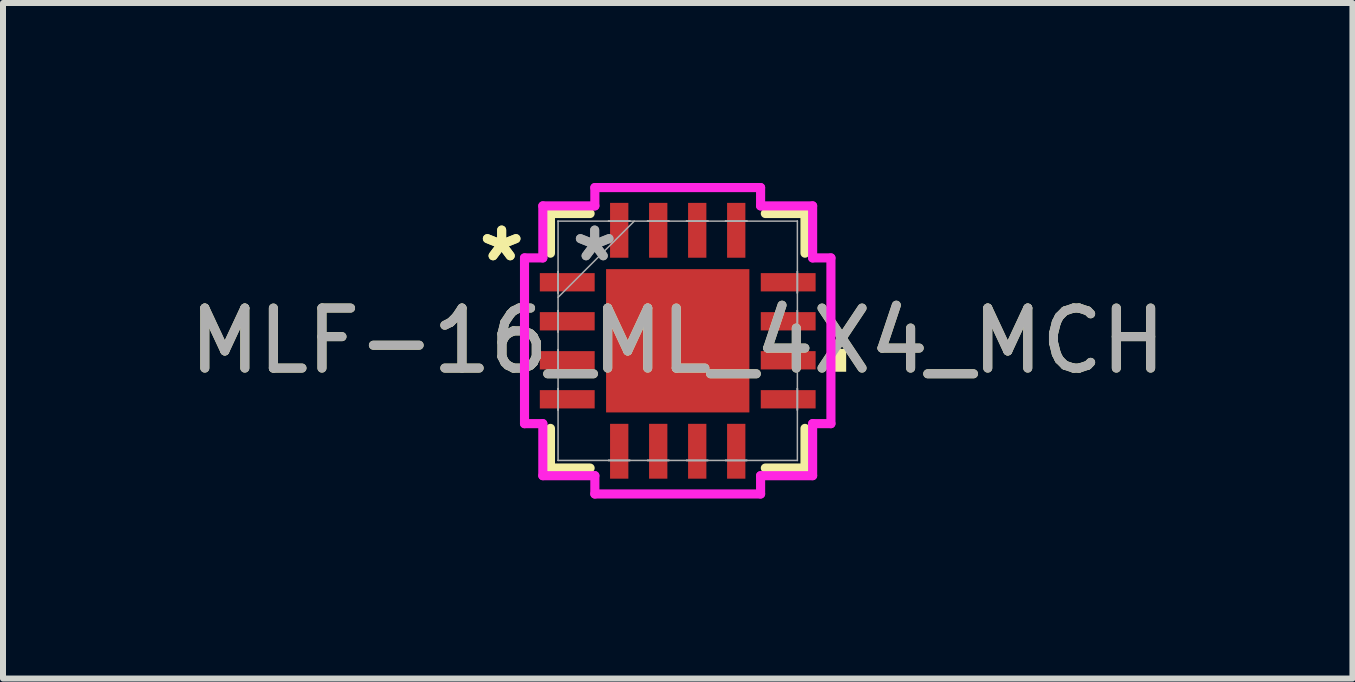
<source format=kicad_pcb>
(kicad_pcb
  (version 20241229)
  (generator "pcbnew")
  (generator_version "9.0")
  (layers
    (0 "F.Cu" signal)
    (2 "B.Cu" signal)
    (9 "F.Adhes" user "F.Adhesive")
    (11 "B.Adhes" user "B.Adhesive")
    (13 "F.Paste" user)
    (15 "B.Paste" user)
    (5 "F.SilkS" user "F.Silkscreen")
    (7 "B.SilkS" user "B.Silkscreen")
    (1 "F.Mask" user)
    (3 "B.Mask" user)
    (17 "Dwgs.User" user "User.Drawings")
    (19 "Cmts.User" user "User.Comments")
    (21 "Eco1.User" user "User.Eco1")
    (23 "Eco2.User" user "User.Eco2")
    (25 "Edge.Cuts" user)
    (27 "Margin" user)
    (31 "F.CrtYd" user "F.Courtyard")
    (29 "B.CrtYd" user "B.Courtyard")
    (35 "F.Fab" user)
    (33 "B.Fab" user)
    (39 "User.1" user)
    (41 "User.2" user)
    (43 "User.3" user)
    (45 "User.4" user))
  (footprint "MLF-16_ML_4X4_MCH"
    (layer "F.Cu")
    (at 8.244 2.629)
    (property "Reference" "MLF-16_ML_4X4_MCH" (at 0 0 0) (unlocked yes) (layer "F.SilkS") (effects (font (size 1 1) (thickness 0.15))))
    (attr smd)
    (fp_line (start -2.121 -2.121) (end -2.121 -1.46) (stroke (width 0.152) (type solid)) (layer "F.SilkS"))
    (fp_line (start -2.121 1.46) (end -2.121 2.121) (stroke (width 0.152) (type solid)) (layer "F.SilkS"))
    (fp_line (start -2.121 2.121) (end -1.46 2.121) (stroke (width 0.152) (type solid)) (layer "F.SilkS"))
    (fp_line (start -1.46 -2.121) (end -2.121 -2.121) (stroke (width 0.152) (type solid)) (layer "F.SilkS"))
    (fp_line (start 1.46 2.121) (end 2.121 2.121) (stroke (width 0.152) (type solid)) (layer "F.SilkS"))
    (fp_line (start 2.121 -2.121) (end 1.46 -2.121) (stroke (width 0.152) (type solid)) (layer "F.SilkS"))
    (fp_line (start 2.121 -1.46) (end 2.121 -2.121) (stroke (width 0.152) (type solid)) (layer "F.SilkS"))
    (fp_line (start 2.121 2.121) (end 2.121 1.46) (stroke (width 0.152) (type solid)) (layer "F.SilkS"))
    (fp_poly (pts (xy 2.807 0.135) (xy 2.807 0.516) (xy 2.553 0.516) (xy 2.553 0.135)) (stroke (width 0) (type solid)) (fill yes) (layer "F.SilkS"))
    (fp_line (start -2.553 -1.381) (end -2.248 -1.381) (stroke (width 0.152) (type solid)) (layer "F.CrtYd"))
    (fp_line (start -2.553 1.381) (end -2.553 -1.381) (stroke (width 0.152) (type solid)) (layer "F.CrtYd"))
    (fp_line (start -2.248 -2.248) (end -1.381 -2.248) (stroke (width 0.152) (type solid)) (layer "F.CrtYd"))
    (fp_line (start -2.248 -1.381) (end -2.248 -2.248) (stroke (width 0.152) (type solid)) (layer "F.CrtYd"))
    (fp_line (start -2.248 1.381) (end -2.553 1.381) (stroke (width 0.152) (type solid)) (layer "F.CrtYd"))
    (fp_line (start -2.248 2.248) (end -2.248 1.381) (stroke (width 0.152) (type solid)) (layer "F.CrtYd"))
    (fp_line (start -1.381 -2.553) (end 1.381 -2.553) (stroke (width 0.152) (type solid)) (layer "F.CrtYd"))
    (fp_line (start -1.381 -2.248) (end -1.381 -2.553) (stroke (width 0.152) (type solid)) (layer "F.CrtYd"))
    (fp_line (start -1.381 2.248) (end -2.248 2.248) (stroke (width 0.152) (type solid)) (layer "F.CrtYd"))
    (fp_line (start -1.381 2.553) (end -1.381 2.248) (stroke (width 0.152) (type solid)) (layer "F.CrtYd"))
    (fp_line (start 1.381 -2.553) (end 1.381 -2.248) (stroke (width 0.152) (type solid)) (layer "F.CrtYd"))
    (fp_line (start 1.381 -2.248) (end 2.248 -2.248) (stroke (width 0.152) (type solid)) (layer "F.CrtYd"))
    (fp_line (start 1.381 2.248) (end 1.381 2.553) (stroke (width 0.152) (type solid)) (layer "F.CrtYd"))
    (fp_line (start 1.381 2.553) (end -1.381 2.553) (stroke (width 0.152) (type solid)) (layer "F.CrtYd"))
    (fp_line (start 2.248 -2.248) (end 2.248 -1.381) (stroke (width 0.152) (type solid)) (layer "F.CrtYd"))
    (fp_line (start 2.248 -1.381) (end 2.553 -1.381) (stroke (width 0.152) (type solid)) (layer "F.CrtYd"))
    (fp_line (start 2.248 1.381) (end 2.248 2.248) (stroke (width 0.152) (type solid)) (layer "F.CrtYd"))
    (fp_line (start 2.248 2.248) (end 1.381 2.248) (stroke (width 0.152) (type solid)) (layer "F.CrtYd"))
    (fp_line (start 2.553 -1.381) (end 2.553 1.381) (stroke (width 0.152) (type solid)) (layer "F.CrtYd"))
    (fp_line (start 2.553 1.381) (end 2.248 1.381) (stroke (width 0.152) (type solid)) (layer "F.CrtYd"))
    (fp_line (start -1.994 -1.994) (end -1.994 -1.994) (stroke (width 0.025) (type solid)) (layer "F.Fab"))
    (fp_line (start -1.994 -1.994) (end -1.994 1.994) (stroke (width 0.025) (type solid)) (layer "F.Fab"))
    (fp_line (start -1.994 -1.153) (end -1.994 -1.153) (stroke (width 0.025) (type solid)) (layer "F.Fab"))
    (fp_line (start -1.994 -1.153) (end -1.994 -0.797) (stroke (width 0.025) (type solid)) (layer "F.Fab"))
    (fp_line (start -1.994 -0.797) (end -1.994 -1.153) (stroke (width 0.025) (type solid)) (layer "F.Fab"))
    (fp_line (start -1.994 -0.797) (end -1.994 -0.797) (stroke (width 0.025) (type solid)) (layer "F.Fab"))
    (fp_line (start -1.994 -0.724) (end -0.724 -1.994) (stroke (width 0.025) (type solid)) (layer "F.Fab"))
    (fp_line (start -1.994 -0.503) (end -1.994 -0.503) (stroke (width 0.025) (type solid)) (layer "F.Fab"))
    (fp_line (start -1.994 -0.503) (end -1.994 -0.147) (stroke (width 0.025) (type solid)) (layer "F.Fab"))
    (fp_line (start -1.994 -0.147) (end -1.994 -0.503) (stroke (width 0.025) (type solid)) (layer "F.Fab"))
    (fp_line (start -1.994 -0.147) (end -1.994 -0.147) (stroke (width 0.025) (type solid)) (layer "F.Fab"))
    (fp_line (start -1.994 0.147) (end -1.994 0.147) (stroke (width 0.025) (type solid)) (layer "F.Fab"))
    (fp_line (start -1.994 0.147) (end -1.994 0.503) (stroke (width 0.025) (type solid)) (layer "F.Fab"))
    (fp_line (start -1.994 0.503) (end -1.994 0.147) (stroke (width 0.025) (type solid)) (layer "F.Fab"))
    (fp_line (start -1.994 0.503) (end -1.994 0.503) (stroke (width 0.025) (type solid)) (layer "F.Fab"))
    (fp_line (start -1.994 0.797) (end -1.994 0.797) (stroke (width 0.025) (type solid)) (layer "F.Fab"))
    (fp_line (start -1.994 0.797) (end -1.994 1.153) (stroke (width 0.025) (type solid)) (layer "F.Fab"))
    (fp_line (start -1.994 1.153) (end -1.994 0.797) (stroke (width 0.025) (type solid)) (layer "F.Fab"))
    (fp_line (start -1.994 1.153) (end -1.994 1.153) (stroke (width 0.025) (type solid)) (layer "F.Fab"))
    (fp_line (start -1.994 1.994) (end -1.994 1.994) (stroke (width 0.025) (type solid)) (layer "F.Fab"))
    (fp_line (start -1.994 1.994) (end 1.994 1.994) (stroke (width 0.025) (type solid)) (layer "F.Fab"))
    (fp_line (start -1.153 -1.994) (end -1.153 -1.994) (stroke (width 0.025) (type solid)) (layer "F.Fab"))
    (fp_line (start -1.153 -1.994) (end -0.797 -1.994) (stroke (width 0.025) (type solid)) (layer "F.Fab"))
    (fp_line (start -1.153 1.994) (end -1.153 1.994) (stroke (width 0.025) (type solid)) (layer "F.Fab"))
    (fp_line (start -1.153 1.994) (end -0.797 1.994) (stroke (width 0.025) (type solid)) (layer "F.Fab"))
    (fp_line (start -0.797 -1.994) (end -1.153 -1.994) (stroke (width 0.025) (type solid)) (layer "F.Fab"))
    (fp_line (start -0.797 -1.994) (end -0.797 -1.994) (stroke (width 0.025) (type solid)) (layer "F.Fab"))
    (fp_line (start -0.797 1.994) (end -1.153 1.994) (stroke (width 0.025) (type solid)) (layer "F.Fab"))
    (fp_line (start -0.797 1.994) (end -0.797 1.994) (stroke (width 0.025) (type solid)) (layer "F.Fab"))
    (fp_line (start -0.503 -1.994) (end -0.503 -1.994) (stroke (width 0.025) (type solid)) (layer "F.Fab"))
    (fp_line (start -0.503 -1.994) (end -0.147 -1.994) (stroke (width 0.025) (type solid)) (layer "F.Fab"))
    (fp_line (start -0.503 1.994) (end -0.503 1.994) (stroke (width 0.025) (type solid)) (layer "F.Fab"))
    (fp_line (start -0.503 1.994) (end -0.147 1.994) (stroke (width 0.025) (type solid)) (layer "F.Fab"))
    (fp_line (start -0.147 -1.994) (end -0.503 -1.994) (stroke (width 0.025) (type solid)) (layer "F.Fab"))
    (fp_line (start -0.147 -1.994) (end -0.147 -1.994) (stroke (width 0.025) (type solid)) (layer "F.Fab"))
    (fp_line (start -0.147 1.994) (end -0.503 1.994) (stroke (width 0.025) (type solid)) (layer "F.Fab"))
    (fp_line (start -0.147 1.994) (end -0.147 1.994) (stroke (width 0.025) (type solid)) (layer "F.Fab"))
    (fp_line (start 0.147 -1.994) (end 0.147 -1.994) (stroke (width 0.025) (type solid)) (layer "F.Fab"))
    (fp_line (start 0.147 -1.994) (end 0.503 -1.994) (stroke (width 0.025) (type solid)) (layer "F.Fab"))
    (fp_line (start 0.147 1.994) (end 0.147 1.994) (stroke (width 0.025) (type solid)) (layer "F.Fab"))
    (fp_line (start 0.147 1.994) (end 0.503 1.994) (stroke (width 0.025) (type solid)) (layer "F.Fab"))
    (fp_line (start 0.503 -1.994) (end 0.147 -1.994) (stroke (width 0.025) (type solid)) (layer "F.Fab"))
    (fp_line (start 0.503 -1.994) (end 0.503 -1.994) (stroke (width 0.025) (type solid)) (layer "F.Fab"))
    (fp_line (start 0.503 1.994) (end 0.147 1.994) (stroke (width 0.025) (type solid)) (layer "F.Fab"))
    (fp_line (start 0.503 1.994) (end 0.503 1.994) (stroke (width 0.025) (type solid)) (layer "F.Fab"))
    (fp_line (start 0.797 -1.994) (end 0.797 -1.994) (stroke (width 0.025) (type solid)) (layer "F.Fab"))
    (fp_line (start 0.797 -1.994) (end 1.153 -1.994) (stroke (width 0.025) (type solid)) (layer "F.Fab"))
    (fp_line (start 0.797 1.994) (end 0.797 1.994) (stroke (width 0.025) (type solid)) (layer "F.Fab"))
    (fp_line (start 0.797 1.994) (end 1.153 1.994) (stroke (width 0.025) (type solid)) (layer "F.Fab"))
    (fp_line (start 1.153 -1.994) (end 0.797 -1.994) (stroke (width 0.025) (type solid)) (layer "F.Fab"))
    (fp_line (start 1.153 -1.994) (end 1.153 -1.994) (stroke (width 0.025) (type solid)) (layer "F.Fab"))
    (fp_line (start 1.153 1.994) (end 0.797 1.994) (stroke (width 0.025) (type solid)) (layer "F.Fab"))
    (fp_line (start 1.153 1.994) (end 1.153 1.994) (stroke (width 0.025) (type solid)) (layer "F.Fab"))
    (fp_line (start 1.994 -1.994) (end -1.994 -1.994) (stroke (width 0.025) (type solid)) (layer "F.Fab"))
    (fp_line (start 1.994 -1.994) (end 1.994 -1.994) (stroke (width 0.025) (type solid)) (layer "F.Fab"))
    (fp_line (start 1.994 -1.153) (end 1.994 -1.153) (stroke (width 0.025) (type solid)) (layer "F.Fab"))
    (fp_line (start 1.994 -1.153) (end 1.994 -0.797) (stroke (width 0.025) (type solid)) (layer "F.Fab"))
    (fp_line (start 1.994 -0.797) (end 1.994 -1.153) (stroke (width 0.025) (type solid)) (layer "F.Fab"))
    (fp_line (start 1.994 -0.797) (end 1.994 -0.797) (stroke (width 0.025) (type solid)) (layer "F.Fab"))
    (fp_line (start 1.994 -0.503) (end 1.994 -0.503) (stroke (width 0.025) (type solid)) (layer "F.Fab"))
    (fp_line (start 1.994 -0.503) (end 1.994 -0.147) (stroke (width 0.025) (type solid)) (layer "F.Fab"))
    (fp_line (start 1.994 -0.147) (end 1.994 -0.503) (stroke (width 0.025) (type solid)) (layer "F.Fab"))
    (fp_line (start 1.994 -0.147) (end 1.994 -0.147) (stroke (width 0.025) (type solid)) (layer "F.Fab"))
    (fp_line (start 1.994 0.147) (end 1.994 0.147) (stroke (width 0.025) (type solid)) (layer "F.Fab"))
    (fp_line (start 1.994 0.147) (end 1.994 0.503) (stroke (width 0.025) (type solid)) (layer "F.Fab"))
    (fp_line (start 1.994 0.503) (end 1.994 0.147) (stroke (width 0.025) (type solid)) (layer "F.Fab"))
    (fp_line (start 1.994 0.503) (end 1.994 0.503) (stroke (width 0.025) (type solid)) (layer "F.Fab"))
    (fp_line (start 1.994 0.797) (end 1.994 0.797) (stroke (width 0.025) (type solid)) (layer "F.Fab"))
    (fp_line (start 1.994 0.797) (end 1.994 1.153) (stroke (width 0.025) (type solid)) (layer "F.Fab"))
    (fp_line (start 1.994 1.153) (end 1.994 0.797) (stroke (width 0.025) (type solid)) (layer "F.Fab"))
    (fp_line (start 1.994 1.153) (end 1.994 1.153) (stroke (width 0.025) (type solid)) (layer "F.Fab"))
    (fp_line (start 1.994 1.994) (end 1.994 -1.994) (stroke (width 0.025) (type solid)) (layer "F.Fab"))
    (fp_line (start 1.994 1.994) (end 1.994 1.994) (stroke (width 0.025) (type solid)) (layer "F.Fab"))
    (fp_text user "*" (at -2.934 -1.3 0) (unlocked yes) (layer "F.SilkS") (effects (font (size 1 1) (thickness 0.15))))
    (fp_text user "*" (at -2.934 -1.3 0) (layer "F.SilkS") (effects (font (size 1 1) (thickness 0.15))))
    (fp_text user "*" (at -1.384 -1.3 0) (unlocked yes) (layer "F.Fab") (effects (font (size 1 1) (thickness 0.15))))
    (fp_text user "*" (at -1.384 -1.3 0) (layer "F.Fab") (effects (font (size 1 1) (thickness 0.15))))
    (fp_text user "${REFERENCE}" (at 0 0 0) (unlocked yes) (layer "F.Fab") (effects (font (size 1 1) (thickness 0.15))))
    (pad "1" smd rect (at -1.841 -0.975 90) (size 0.305 0.914) (layers "F.Cu" "F.Mask" "F.Paste"))
    (pad "2" smd rect (at -1.841 -0.325 90) (size 0.305 0.914) (layers "F.Cu" "F.Mask" "F.Paste"))
    (pad "3" smd rect (at -1.841 0.325 90) (size 0.305 0.914) (layers "F.Cu" "F.Mask" "F.Paste"))
    (pad "4" smd rect (at -1.841 0.975 90) (size 0.305 0.914) (layers "F.Cu" "F.Mask" "F.Paste"))
    (pad "5" smd rect (at -0.975 1.841) (size 0.305 0.914) (layers "F.Cu" "F.Mask" "F.Paste"))
    (pad "6" smd rect (at -0.325 1.841) (size 0.305 0.914) (layers "F.Cu" "F.Mask" "F.Paste"))
    (pad "7" smd rect (at 0.325 1.841) (size 0.305 0.914) (layers "F.Cu" "F.Mask" "F.Paste"))
    (pad "8" smd rect (at 0.975 1.841) (size 0.305 0.914) (layers "F.Cu" "F.Mask" "F.Paste"))
    (pad "9" smd rect (at 1.841 0.975 90) (size 0.305 0.914) (layers "F.Cu" "F.Mask" "F.Paste"))
    (pad "10" smd rect (at 1.841 0.325 90) (size 0.305 0.914) (layers "F.Cu" "F.Mask" "F.Paste"))
    (pad "11" smd rect (at 1.841 -0.325 90) (size 0.305 0.914) (layers "F.Cu" "F.Mask" "F.Paste"))
    (pad "12" smd rect (at 1.841 -0.975 90) (size 0.305 0.914) (layers "F.Cu" "F.Mask" "F.Paste"))
    (pad "13" smd rect (at 0.975 -1.841) (size 0.305 0.914) (layers "F.Cu" "F.Mask" "F.Paste"))
    (pad "14" smd rect (at 0.325 -1.841) (size 0.305 0.914) (layers "F.Cu" "F.Mask" "F.Paste"))
    (pad "15" smd rect (at -0.325 -1.841) (size 0.305 0.914) (layers "F.Cu" "F.Mask" "F.Paste"))
    (pad "16" smd rect (at -0.975 -1.841) (size 0.305 0.914) (layers "F.Cu" "F.Mask" "F.Paste"))
    (pad "17" smd rect (at 0 0) (size 2.388 2.388) (layers "F.Cu" "F.Mask" "F.Paste")))
  (gr_rect
    (start -3 -3)
    (end 19.488 8.258)
    (stroke (width 0.1) (type default))
    (fill no)
    (layer "Edge.Cuts")))
</source>
